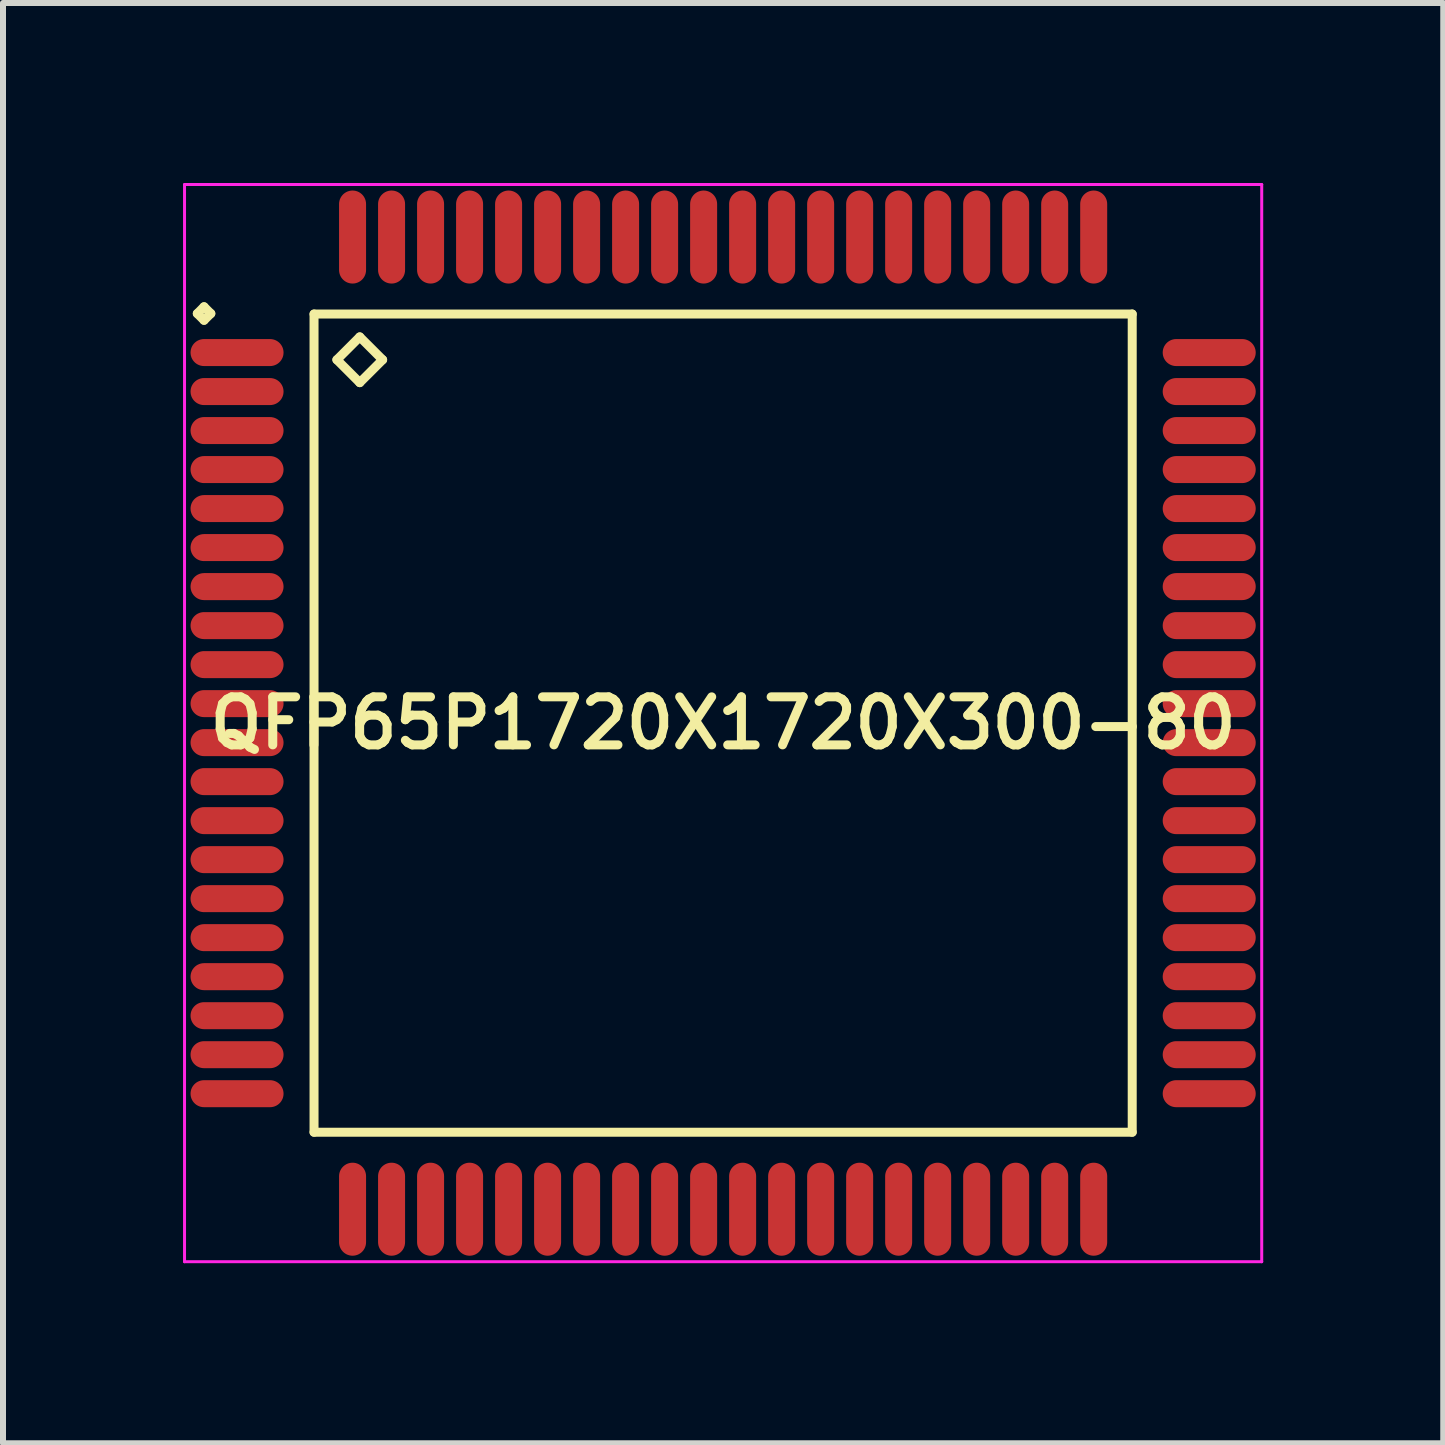
<source format=kicad_pcb>
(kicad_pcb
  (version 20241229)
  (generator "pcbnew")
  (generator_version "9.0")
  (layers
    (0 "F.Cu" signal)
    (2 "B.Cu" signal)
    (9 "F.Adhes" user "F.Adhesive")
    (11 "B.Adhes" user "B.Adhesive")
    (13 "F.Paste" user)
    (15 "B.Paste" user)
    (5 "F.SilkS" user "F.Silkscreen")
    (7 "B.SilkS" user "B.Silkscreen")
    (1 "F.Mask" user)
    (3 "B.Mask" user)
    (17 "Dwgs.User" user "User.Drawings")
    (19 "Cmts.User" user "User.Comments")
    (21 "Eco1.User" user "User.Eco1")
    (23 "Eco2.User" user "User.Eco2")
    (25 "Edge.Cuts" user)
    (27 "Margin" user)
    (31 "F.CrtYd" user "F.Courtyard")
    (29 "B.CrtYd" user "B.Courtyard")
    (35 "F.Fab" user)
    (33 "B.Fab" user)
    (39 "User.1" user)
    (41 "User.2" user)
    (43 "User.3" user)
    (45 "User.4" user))
  (footprint "QFP65P1720X1720X300-80"
    (layer "F.Cu")
    (at 9 9)
    (property "Reference" "QFP65P1720X1720X300-80" (at 0 0 0) (layer "F.SilkS") (effects (font (size 0.8 0.8) (thickness 0.15))))
    (attr smd)
    (fp_line (start -8.762 -6.825) (end -8.65 -6.938) (stroke (width 0.15) (type solid)) (layer "F.SilkS"))
    (fp_line (start -8.65 -6.938) (end -8.537 -6.825) (stroke (width 0.15) (type solid)) (layer "F.SilkS"))
    (fp_line (start -8.65 -6.713) (end -8.762 -6.825) (stroke (width 0.15) (type solid)) (layer "F.SilkS"))
    (fp_line (start -8.537 -6.825) (end -8.65 -6.713) (stroke (width 0.15) (type solid)) (layer "F.SilkS"))
    (fp_line (start -6.817 -6.817) (end -6.817 6.817) (stroke (width 0.15) (type solid)) (layer "F.SilkS"))
    (fp_line (start -6.817 6.817) (end 6.817 6.817) (stroke (width 0.15) (type solid)) (layer "F.SilkS"))
    (fp_line (start -6.436 -6.055) (end -6.055 -6.436) (stroke (width 0.15) (type solid)) (layer "F.SilkS"))
    (fp_line (start -6.055 -6.436) (end -5.674 -6.055) (stroke (width 0.15) (type solid)) (layer "F.SilkS"))
    (fp_line (start -6.055 -5.674) (end -6.436 -6.055) (stroke (width 0.15) (type solid)) (layer "F.SilkS"))
    (fp_line (start -5.674 -6.055) (end -6.055 -5.674) (stroke (width 0.15) (type solid)) (layer "F.SilkS"))
    (fp_line (start 6.817 -6.817) (end -6.817 -6.817) (stroke (width 0.15) (type solid)) (layer "F.SilkS"))
    (fp_line (start 6.817 6.817) (end 6.817 -6.817) (stroke (width 0.15) (type solid)) (layer "F.SilkS"))
    (fp_line (start -8.975 -8.975) (end 8.975 -8.975) (stroke (width 0.05) (type solid)) (layer "F.CrtYd"))
    (fp_line (start -8.975 8.975) (end -8.975 -8.975) (stroke (width 0.05) (type solid)) (layer "F.CrtYd"))
    (fp_line (start 8.975 -8.975) (end 8.975 8.975) (stroke (width 0.05) (type solid)) (layer "F.CrtYd"))
    (fp_line (start 8.975 8.975) (end -8.975 8.975) (stroke (width 0.05) (type solid)) (layer "F.CrtYd"))
    (pad "1" smd oval (at -8.1 -6.175) (size 1.55 0.45) (layers "F.Cu" "F.Mask" "F.Paste"))
    (pad "2" smd oval (at -8.1 -5.525) (size 1.55 0.45) (layers "F.Cu" "F.Mask" "F.Paste"))
    (pad "3" smd oval (at -8.1 -4.875) (size 1.55 0.45) (layers "F.Cu" "F.Mask" "F.Paste"))
    (pad "4" smd oval (at -8.1 -4.225) (size 1.55 0.45) (layers "F.Cu" "F.Mask" "F.Paste"))
    (pad "5" smd oval (at -8.1 -3.575) (size 1.55 0.45) (layers "F.Cu" "F.Mask" "F.Paste"))
    (pad "6" smd oval (at -8.1 -2.925) (size 1.55 0.45) (layers "F.Cu" "F.Mask" "F.Paste"))
    (pad "7" smd oval (at -8.1 -2.275) (size 1.55 0.45) (layers "F.Cu" "F.Mask" "F.Paste"))
    (pad "8" smd oval (at -8.1 -1.625) (size 1.55 0.45) (layers "F.Cu" "F.Mask" "F.Paste"))
    (pad "9" smd oval (at -8.1 -0.975) (size 1.55 0.45) (layers "F.Cu" "F.Mask" "F.Paste"))
    (pad "10" smd oval (at -8.1 -0.325) (size 1.55 0.45) (layers "F.Cu" "F.Mask" "F.Paste"))
    (pad "11" smd oval (at -8.1 0.325) (size 1.55 0.45) (layers "F.Cu" "F.Mask" "F.Paste"))
    (pad "12" smd oval (at -8.1 0.975) (size 1.55 0.45) (layers "F.Cu" "F.Mask" "F.Paste"))
    (pad "13" smd oval (at -8.1 1.625) (size 1.55 0.45) (layers "F.Cu" "F.Mask" "F.Paste"))
    (pad "14" smd oval (at -8.1 2.275) (size 1.55 0.45) (layers "F.Cu" "F.Mask" "F.Paste"))
    (pad "15" smd oval (at -8.1 2.925) (size 1.55 0.45) (layers "F.Cu" "F.Mask" "F.Paste"))
    (pad "16" smd oval (at -8.1 3.575) (size 1.55 0.45) (layers "F.Cu" "F.Mask" "F.Paste"))
    (pad "17" smd oval (at -8.1 4.225) (size 1.55 0.45) (layers "F.Cu" "F.Mask" "F.Paste"))
    (pad "18" smd oval (at -8.1 4.875) (size 1.55 0.45) (layers "F.Cu" "F.Mask" "F.Paste"))
    (pad "19" smd oval (at -8.1 5.525) (size 1.55 0.45) (layers "F.Cu" "F.Mask" "F.Paste"))
    (pad "20" smd oval (at -8.1 6.175) (size 1.55 0.45) (layers "F.Cu" "F.Mask" "F.Paste"))
    (pad "21" smd oval (at -6.175 8.1) (size 0.45 1.55) (layers "F.Cu" "F.Mask" "F.Paste"))
    (pad "22" smd oval (at -5.525 8.1) (size 0.45 1.55) (layers "F.Cu" "F.Mask" "F.Paste"))
    (pad "23" smd oval (at -4.875 8.1) (size 0.45 1.55) (layers "F.Cu" "F.Mask" "F.Paste"))
    (pad "24" smd oval (at -4.225 8.1) (size 0.45 1.55) (layers "F.Cu" "F.Mask" "F.Paste"))
    (pad "25" smd oval (at -3.575 8.1) (size 0.45 1.55) (layers "F.Cu" "F.Mask" "F.Paste"))
    (pad "26" smd oval (at -2.925 8.1) (size 0.45 1.55) (layers "F.Cu" "F.Mask" "F.Paste"))
    (pad "27" smd oval (at -2.275 8.1) (size 0.45 1.55) (layers "F.Cu" "F.Mask" "F.Paste"))
    (pad "28" smd oval (at -1.625 8.1) (size 0.45 1.55) (layers "F.Cu" "F.Mask" "F.Paste"))
    (pad "29" smd oval (at -0.975 8.1) (size 0.45 1.55) (layers "F.Cu" "F.Mask" "F.Paste"))
    (pad "30" smd oval (at -0.325 8.1) (size 0.45 1.55) (layers "F.Cu" "F.Mask" "F.Paste"))
    (pad "31" smd oval (at 0.325 8.1) (size 0.45 1.55) (layers "F.Cu" "F.Mask" "F.Paste"))
    (pad "32" smd oval (at 0.975 8.1) (size 0.45 1.55) (layers "F.Cu" "F.Mask" "F.Paste"))
    (pad "33" smd oval (at 1.625 8.1) (size 0.45 1.55) (layers "F.Cu" "F.Mask" "F.Paste"))
    (pad "34" smd oval (at 2.275 8.1) (size 0.45 1.55) (layers "F.Cu" "F.Mask" "F.Paste"))
    (pad "35" smd oval (at 2.925 8.1) (size 0.45 1.55) (layers "F.Cu" "F.Mask" "F.Paste"))
    (pad "36" smd oval (at 3.575 8.1) (size 0.45 1.55) (layers "F.Cu" "F.Mask" "F.Paste"))
    (pad "37" smd oval (at 4.225 8.1) (size 0.45 1.55) (layers "F.Cu" "F.Mask" "F.Paste"))
    (pad "38" smd oval (at 4.875 8.1) (size 0.45 1.55) (layers "F.Cu" "F.Mask" "F.Paste"))
    (pad "39" smd oval (at 5.525 8.1) (size 0.45 1.55) (layers "F.Cu" "F.Mask" "F.Paste"))
    (pad "40" smd oval (at 6.175 8.1) (size 0.45 1.55) (layers "F.Cu" "F.Mask" "F.Paste"))
    (pad "41" smd oval (at 8.1 6.175) (size 1.55 0.45) (layers "F.Cu" "F.Mask" "F.Paste"))
    (pad "42" smd oval (at 8.1 5.525) (size 1.55 0.45) (layers "F.Cu" "F.Mask" "F.Paste"))
    (pad "43" smd oval (at 8.1 4.875) (size 1.55 0.45) (layers "F.Cu" "F.Mask" "F.Paste"))
    (pad "44" smd oval (at 8.1 4.225) (size 1.55 0.45) (layers "F.Cu" "F.Mask" "F.Paste"))
    (pad "45" smd oval (at 8.1 3.575) (size 1.55 0.45) (layers "F.Cu" "F.Mask" "F.Paste"))
    (pad "46" smd oval (at 8.1 2.925) (size 1.55 0.45) (layers "F.Cu" "F.Mask" "F.Paste"))
    (pad "47" smd oval (at 8.1 2.275) (size 1.55 0.45) (layers "F.Cu" "F.Mask" "F.Paste"))
    (pad "48" smd oval (at 8.1 1.625) (size 1.55 0.45) (layers "F.Cu" "F.Mask" "F.Paste"))
    (pad "49" smd oval (at 8.1 0.975) (size 1.55 0.45) (layers "F.Cu" "F.Mask" "F.Paste"))
    (pad "50" smd oval (at 8.1 0.325) (size 1.55 0.45) (layers "F.Cu" "F.Mask" "F.Paste"))
    (pad "51" smd oval (at 8.1 -0.325) (size 1.55 0.45) (layers "F.Cu" "F.Mask" "F.Paste"))
    (pad "52" smd oval (at 8.1 -0.975) (size 1.55 0.45) (layers "F.Cu" "F.Mask" "F.Paste"))
    (pad "53" smd oval (at 8.1 -1.625) (size 1.55 0.45) (layers "F.Cu" "F.Mask" "F.Paste"))
    (pad "54" smd oval (at 8.1 -2.275) (size 1.55 0.45) (layers "F.Cu" "F.Mask" "F.Paste"))
    (pad "55" smd oval (at 8.1 -2.925) (size 1.55 0.45) (layers "F.Cu" "F.Mask" "F.Paste"))
    (pad "56" smd oval (at 8.1 -3.575) (size 1.55 0.45) (layers "F.Cu" "F.Mask" "F.Paste"))
    (pad "57" smd oval (at 8.1 -4.225) (size 1.55 0.45) (layers "F.Cu" "F.Mask" "F.Paste"))
    (pad "58" smd oval (at 8.1 -4.875) (size 1.55 0.45) (layers "F.Cu" "F.Mask" "F.Paste"))
    (pad "59" smd oval (at 8.1 -5.525) (size 1.55 0.45) (layers "F.Cu" "F.Mask" "F.Paste"))
    (pad "60" smd oval (at 8.1 -6.175) (size 1.55 0.45) (layers "F.Cu" "F.Mask" "F.Paste"))
    (pad "61" smd oval (at 6.175 -8.1) (size 0.45 1.55) (layers "F.Cu" "F.Mask" "F.Paste"))
    (pad "62" smd oval (at 5.525 -8.1) (size 0.45 1.55) (layers "F.Cu" "F.Mask" "F.Paste"))
    (pad "63" smd oval (at 4.875 -8.1) (size 0.45 1.55) (layers "F.Cu" "F.Mask" "F.Paste"))
    (pad "64" smd oval (at 4.225 -8.1) (size 0.45 1.55) (layers "F.Cu" "F.Mask" "F.Paste"))
    (pad "65" smd oval (at 3.575 -8.1) (size 0.45 1.55) (layers "F.Cu" "F.Mask" "F.Paste"))
    (pad "66" smd oval (at 2.925 -8.1) (size 0.45 1.55) (layers "F.Cu" "F.Mask" "F.Paste"))
    (pad "67" smd oval (at 2.275 -8.1) (size 0.45 1.55) (layers "F.Cu" "F.Mask" "F.Paste"))
    (pad "68" smd oval (at 1.625 -8.1) (size 0.45 1.55) (layers "F.Cu" "F.Mask" "F.Paste"))
    (pad "69" smd oval (at 0.975 -8.1) (size 0.45 1.55) (layers "F.Cu" "F.Mask" "F.Paste"))
    (pad "70" smd oval (at 0.325 -8.1) (size 0.45 1.55) (layers "F.Cu" "F.Mask" "F.Paste"))
    (pad "71" smd oval (at -0.325 -8.1) (size 0.45 1.55) (layers "F.Cu" "F.Mask" "F.Paste"))
    (pad "72" smd oval (at -0.975 -8.1) (size 0.45 1.55) (layers "F.Cu" "F.Mask" "F.Paste"))
    (pad "73" smd oval (at -1.625 -8.1) (size 0.45 1.55) (layers "F.Cu" "F.Mask" "F.Paste"))
    (pad "74" smd oval (at -2.275 -8.1) (size 0.45 1.55) (layers "F.Cu" "F.Mask" "F.Paste"))
    (pad "75" smd oval (at -2.925 -8.1) (size 0.45 1.55) (layers "F.Cu" "F.Mask" "F.Paste"))
    (pad "76" smd oval (at -3.575 -8.1) (size 0.45 1.55) (layers "F.Cu" "F.Mask" "F.Paste"))
    (pad "77" smd oval (at -4.225 -8.1) (size 0.45 1.55) (layers "F.Cu" "F.Mask" "F.Paste"))
    (pad "78" smd oval (at -4.875 -8.1) (size 0.45 1.55) (layers "F.Cu" "F.Mask" "F.Paste"))
    (pad "79" smd oval (at -5.525 -8.1) (size 0.45 1.55) (layers "F.Cu" "F.Mask" "F.Paste"))
    (pad "80" smd oval (at -6.175 -8.1) (size 0.45 1.55) (layers "F.Cu" "F.Mask" "F.Paste")))
  (gr_rect
    (start -3 -3)
    (end 21 21)
    (stroke (width 0.1) (type default))
    (fill no)
    (layer "Edge.Cuts")))
</source>
